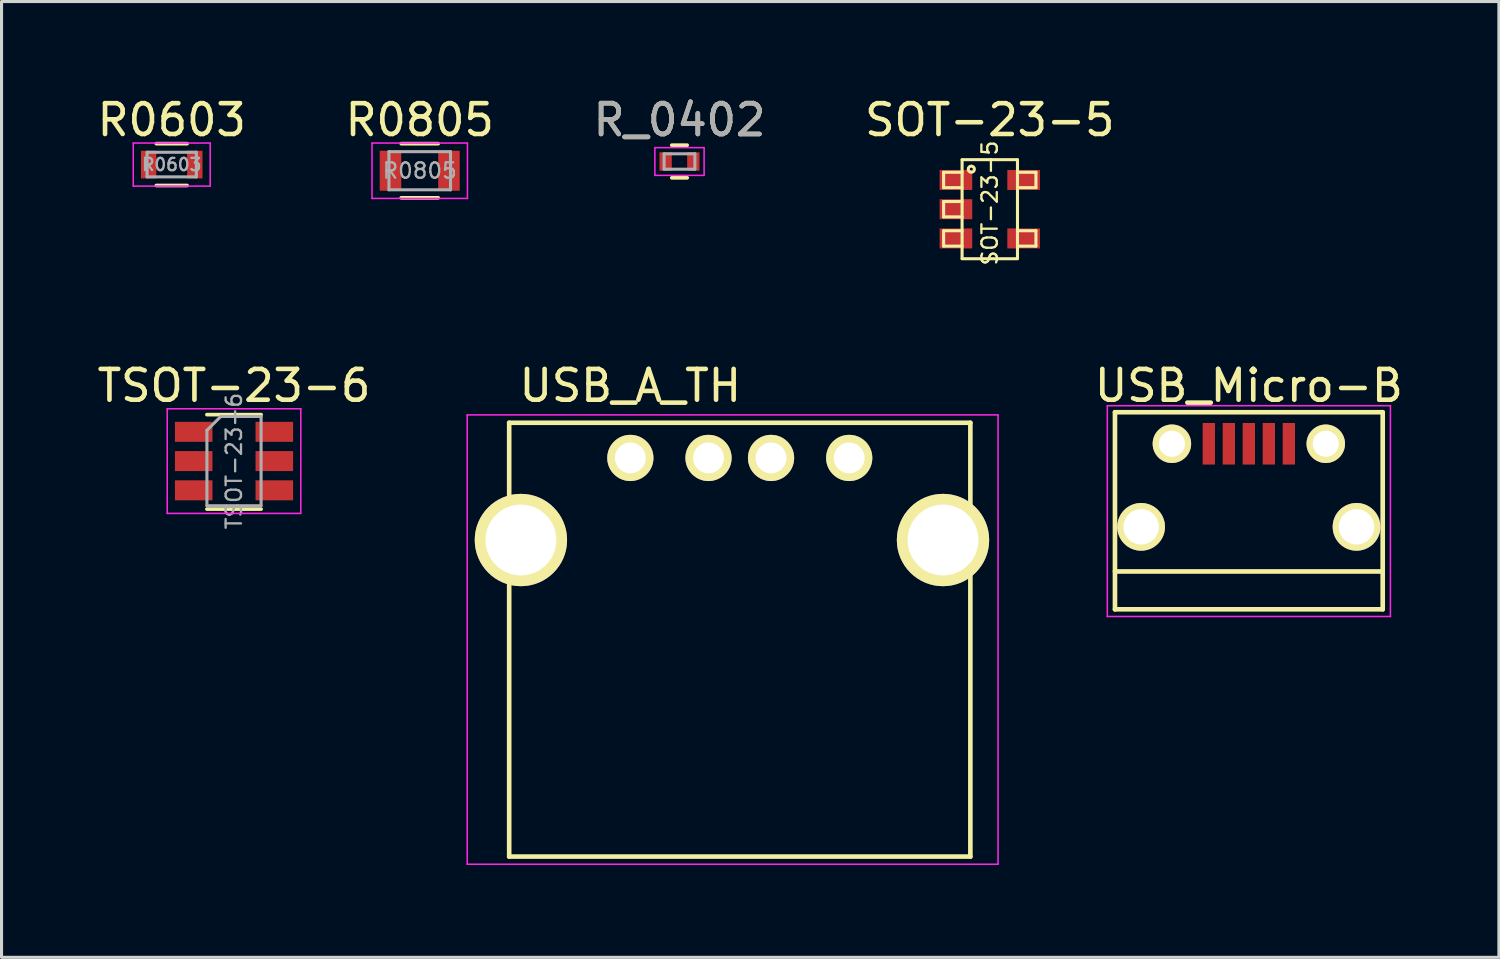
<source format=kicad_pcb>
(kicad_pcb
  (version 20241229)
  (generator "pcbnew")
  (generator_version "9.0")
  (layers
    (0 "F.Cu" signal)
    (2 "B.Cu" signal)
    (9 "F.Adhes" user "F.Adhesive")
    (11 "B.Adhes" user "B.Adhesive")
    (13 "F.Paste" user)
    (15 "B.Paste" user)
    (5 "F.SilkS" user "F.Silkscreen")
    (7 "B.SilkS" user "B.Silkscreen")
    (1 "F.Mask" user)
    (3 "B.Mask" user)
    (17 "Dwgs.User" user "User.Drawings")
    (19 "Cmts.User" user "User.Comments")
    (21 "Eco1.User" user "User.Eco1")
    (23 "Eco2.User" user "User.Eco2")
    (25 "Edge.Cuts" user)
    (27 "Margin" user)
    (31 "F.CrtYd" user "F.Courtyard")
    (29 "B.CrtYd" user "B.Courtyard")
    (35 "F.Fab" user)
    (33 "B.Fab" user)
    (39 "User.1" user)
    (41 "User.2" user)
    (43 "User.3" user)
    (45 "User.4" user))
  (footprint "TSOT-23-6"
    (layer "F.Cu")
    (at 4.554 11.933)
    (property "Reference" "TSOT-23-6" (at 0 -2.45 0) (layer "F.SilkS") (effects (font (size 1 1) (thickness 0.15))))
    (attr smd)
    (fp_line (start -0.88 1.56) (end 0.88 1.56) (stroke (width 0.12) (type solid)) (layer "F.SilkS"))
    (fp_line (start 0.88 -1.51) (end -0.88 -1.51) (stroke (width 0.12) (type solid)) (layer "F.SilkS"))
    (fp_line (start -2.17 -1.7) (end -2.17 1.7) (stroke (width 0.05) (type solid)) (layer "F.CrtYd"))
    (fp_line (start -2.17 -1.7) (end 2.17 -1.7) (stroke (width 0.05) (type solid)) (layer "F.CrtYd"))
    (fp_line (start 2.17 1.7) (end -2.17 1.7) (stroke (width 0.05) (type solid)) (layer "F.CrtYd"))
    (fp_line (start 2.17 1.7) (end 2.17 -1.7) (stroke (width 0.05) (type solid)) (layer "F.CrtYd"))
    (fp_line (start -0.88 -1) (end -0.88 1.45) (stroke (width 0.1) (type solid)) (layer "F.Fab"))
    (fp_line (start -0.88 -1) (end -0.43 -1.45) (stroke (width 0.1) (type solid)) (layer "F.Fab"))
    (fp_line (start 0.88 -1.45) (end -0.43 -1.45) (stroke (width 0.1) (type solid)) (layer "F.Fab"))
    (fp_line (start 0.88 -1.45) (end 0.88 1.45) (stroke (width 0.1) (type solid)) (layer "F.Fab"))
    (fp_line (start 0.88 1.45) (end -0.88 1.45) (stroke (width 0.1) (type solid)) (layer "F.Fab"))
    (fp_text user "${REFERENCE}" (at 0 0 90) (layer "F.Fab") (effects (font (size 0.5 0.5) (thickness 0.075))))
    (pad "1" smd rect (at -1.31 -0.95) (size 1.22 0.65) (layers "F.Cu" "F.Mask" "F.Paste"))
    (pad "2" smd rect (at -1.31 0) (size 1.22 0.65) (layers "F.Cu" "F.Mask" "F.Paste"))
    (pad "3" smd rect (at -1.31 0.95) (size 1.22 0.65) (layers "F.Cu" "F.Mask" "F.Paste"))
    (pad "4" smd rect (at 1.31 0.95) (size 1.22 0.65) (layers "F.Cu" "F.Mask" "F.Paste"))
    (pad "5" smd rect (at 1.31 0) (size 1.22 0.65) (layers "F.Cu" "F.Mask" "F.Paste"))
    (pad "6" smd rect (at 1.31 -0.95) (size 1.22 0.65) (layers "F.Cu" "F.Mask" "F.Paste")))
  (footprint "R_0402"
    (layer "F.Cu")
    (at 19.03 2.198)
    (property "Reference" "R_0402" (at 0 -1.35 0) (layer "F.SilkS") (effects (font (size 1 1) (thickness 0.15))))
    (attr smd)
    (fp_line (start -0.25 0.53) (end 0.25 0.53) (stroke (width 0.12) (type solid)) (layer "F.SilkS"))
    (fp_line (start 0.25 -0.53) (end -0.25 -0.53) (stroke (width 0.12) (type solid)) (layer "F.SilkS"))
    (fp_line (start -0.8 -0.45) (end -0.8 0.45) (stroke (width 0.05) (type solid)) (layer "F.CrtYd"))
    (fp_line (start -0.8 -0.45) (end 0.8 -0.45) (stroke (width 0.05) (type solid)) (layer "F.CrtYd"))
    (fp_line (start 0.8 0.45) (end -0.8 0.45) (stroke (width 0.05) (type solid)) (layer "F.CrtYd"))
    (fp_line (start 0.8 0.45) (end 0.8 -0.45) (stroke (width 0.05) (type solid)) (layer "F.CrtYd"))
    (fp_line (start -0.5 -0.25) (end 0.5 -0.25) (stroke (width 0.1) (type solid)) (layer "F.Fab"))
    (fp_line (start -0.5 0.25) (end -0.5 -0.25) (stroke (width 0.1) (type solid)) (layer "F.Fab"))
    (fp_line (start 0.5 -0.25) (end 0.5 0.25) (stroke (width 0.1) (type solid)) (layer "F.Fab"))
    (fp_line (start 0.5 0.25) (end -0.5 0.25) (stroke (width 0.1) (type solid)) (layer "F.Fab"))
    (fp_text user "${REFERENCE}" (at 0 -1.35 0) (layer "F.Fab") (effects (font (size 1 1) (thickness 0.15))))
    (pad "1" smd rect (at -0.45 0) (size 0.4 0.6) (layers "F.Cu" "F.Mask" "F.Paste"))
    (pad "2" smd rect (at 0.45 0) (size 0.4 0.6) (layers "F.Cu" "F.Mask" "F.Paste")))
  (footprint "SOT-23-5"
    (layer "F.Cu")
    (at 29.113 3.748)
    (property "Reference" "SOT-23-5" (at 0 -2.9 0) (layer "F.SilkS") (effects (font (size 1 1) (thickness 0.15))))
    (attr smd)
    (fp_line (start -1.5 -1.2) (end -1.5 -0.7) (stroke (width 0.1) (type solid)) (layer "F.SilkS"))
    (fp_line (start -1.5 -1.2) (end -0.9 -1.2) (stroke (width 0.1) (type solid)) (layer "F.SilkS"))
    (fp_line (start -1.5 -0.7) (end -0.9 -0.7) (stroke (width 0.1) (type solid)) (layer "F.SilkS"))
    (fp_line (start -1.5 -0.25) (end -1.5 0.25) (stroke (width 0.1) (type solid)) (layer "F.SilkS"))
    (fp_line (start -1.5 -0.25) (end -0.9 -0.25) (stroke (width 0.1) (type solid)) (layer "F.SilkS"))
    (fp_line (start -1.5 0.25) (end -0.9 0.25) (stroke (width 0.1) (type solid)) (layer "F.SilkS"))
    (fp_line (start -1.5 0.7) (end -1.5 1.2) (stroke (width 0.1) (type solid)) (layer "F.SilkS"))
    (fp_line (start -1.5 0.7) (end -0.9 0.7) (stroke (width 0.1) (type solid)) (layer "F.SilkS"))
    (fp_line (start -1.5 1.2) (end -0.9 1.2) (stroke (width 0.1) (type solid)) (layer "F.SilkS"))
    (fp_line (start -0.9 -1.6) (end -0.9 1.6) (stroke (width 0.1) (type solid)) (layer "F.SilkS"))
    (fp_line (start -0.9 1.61) (end 0.9 1.61) (stroke (width 0.1) (type solid)) (layer "F.SilkS"))
    (fp_line (start 0.9 -1.61) (end -0.9 -1.61) (stroke (width 0.1) (type solid)) (layer "F.SilkS"))
    (fp_line (start 0.9 -1.6) (end 0.9 1.6) (stroke (width 0.1) (type solid)) (layer "F.SilkS"))
    (fp_line (start 1.5 -1.2) (end 0.9 -1.2) (stroke (width 0.1) (type solid)) (layer "F.SilkS"))
    (fp_line (start 1.5 -1.2) (end 1.5 -0.7) (stroke (width 0.1) (type solid)) (layer "F.SilkS"))
    (fp_line (start 1.5 -0.7) (end 0.9 -0.7) (stroke (width 0.1) (type solid)) (layer "F.SilkS"))
    (fp_line (start 1.5 0.7) (end 0.9 0.7) (stroke (width 0.1) (type solid)) (layer "F.SilkS"))
    (fp_line (start 1.5 0.7) (end 1.5 1.2) (stroke (width 0.1) (type solid)) (layer "F.SilkS"))
    (fp_line (start 1.5 1.2) (end 0.9 1.2) (stroke (width 0.1) (type solid)) (layer "F.SilkS"))
    (fp_circle (center -0.6 -1.3) (end -0.6 -1.2) (stroke (width 0.1) (type solid)) (fill no) (layer "F.SilkS"))
    (fp_text user "${REFERENCE}" (at 0 -0.2 90) (layer "F.SilkS") (effects (font (size 0.5 0.5) (thickness 0.075))))
    (pad "1" smd rect (at -1.1 -0.95) (size 1.06 0.65) (layers "F.Cu" "F.Mask" "F.Paste"))
    (pad "2" smd rect (at -1.1 0) (size 1.06 0.65) (layers "F.Cu" "F.Mask" "F.Paste"))
    (pad "3" smd rect (at -1.1 0.95) (size 1.06 0.65) (layers "F.Cu" "F.Mask" "F.Paste"))
    (pad "4" smd rect (at 1.1 0.95) (size 1.06 0.65) (layers "F.Cu" "F.Mask" "F.Paste"))
    (pad "5" smd rect (at 1.1 -0.95) (size 1.06 0.65) (layers "F.Cu" "F.Mask" "F.Paste")))
  (footprint "USB_Micro-B"
    (layer "F.Cu")
    (at 37.532 12.933)
    (property "Reference" "USB_Micro-B" (at 0 -3.45 0) (layer "F.SilkS") (effects (font (size 1 1) (thickness 0.15))))
    (attr smd)
    (fp_line (start -4.351 -2.588) (end 4.349 -2.588) (stroke (width 0.15) (type solid)) (layer "F.SilkS"))
    (fp_line (start -4.351 3.817) (end -4.351 -2.588) (stroke (width 0.15) (type solid)) (layer "F.SilkS"))
    (fp_line (start -4.351 3.817) (end 4.349 3.817) (stroke (width 0.15) (type solid)) (layer "F.SilkS"))
    (fp_line (start 4.349 -2.588) (end 4.349 3.817) (stroke (width 0.15) (type solid)) (layer "F.SilkS"))
    (fp_line (start 4.349 2.587) (end -4.351 2.587) (stroke (width 0.15) (type solid)) (layer "F.SilkS"))
    (fp_line (start -4.6 -2.8) (end 4.6 -2.8) (stroke (width 0.05) (type solid)) (layer "F.CrtYd"))
    (fp_line (start -4.6 4.05) (end -4.6 -2.8) (stroke (width 0.05) (type solid)) (layer "F.CrtYd"))
    (fp_line (start 4.6 -2.8) (end 4.6 4.05) (stroke (width 0.05) (type solid)) (layer "F.CrtYd"))
    (fp_line (start 4.6 4.05) (end -4.6 4.05) (stroke (width 0.05) (type solid)) (layer "F.CrtYd"))
    (pad "1" smd rect (at -1.301 -1.563 90) (size 1.35 0.4) (layers "F.Cu" "F.Mask" "F.Paste"))
    (pad "2" smd rect (at -0.651 -1.563 90) (size 1.35 0.4) (layers "F.Cu" "F.Mask" "F.Paste"))
    (pad "3" smd rect (at -0.001 -1.563 90) (size 1.35 0.4) (layers "F.Cu" "F.Mask" "F.Paste"))
    (pad "4" smd rect (at 0.649 -1.563 90) (size 1.35 0.4) (layers "F.Cu" "F.Mask" "F.Paste"))
    (pad "5" smd rect (at 1.299 -1.563 90) (size 1.35 0.4) (layers "F.Cu" "F.Mask" "F.Paste"))
    (pad "6" thru_hole circle (at -3.501 1.137 90) (size 1.55 1.55) (drill 1.15) (layers "*.Cu" "*.Mask" "F.SilkS"))
    (pad "6" thru_hole circle (at -2.501 -1.563 90) (size 1.25 1.25) (drill 0.85) (layers "*.Cu" "*.Mask" "F.SilkS"))
    (pad "6" thru_hole circle (at 2.499 -1.563 90) (size 1.25 1.25) (drill 0.85) (layers "*.Cu" "*.Mask" "F.SilkS"))
    (pad "6" thru_hole circle (at 3.499 1.137 90) (size 1.55 1.55) (drill 1.15) (layers "*.Cu" "*.Mask" "F.SilkS")))
  (footprint "USB_A_TH"
    (layer "F.Cu")
    (at 17.432 11.833)
    (property "Reference" "USB_A_TH" (at 0 -2.35 0) (layer "F.SilkS") (effects (font (size 1 1) (thickness 0.15))))
    (attr through_hole)
    (fp_line (start -3.936 12.952) (end -3.936 -1.145) (stroke (width 0.15) (type solid)) (layer "F.SilkS"))
    (fp_line (start 11.05 -1.145) (end -3.936 -1.145) (stroke (width 0.15) (type solid)) (layer "F.SilkS"))
    (fp_line (start 11.05 -1.145) (end 11.05 12.952) (stroke (width 0.15) (type solid)) (layer "F.SilkS"))
    (fp_line (start 11.05 12.952) (end -3.936 12.952) (stroke (width 0.15) (type solid)) (layer "F.SilkS"))
    (fp_line (start -5.3 -1.4) (end 11.95 -1.4) (stroke (width 0.05) (type solid)) (layer "F.CrtYd"))
    (fp_line (start -5.3 13.2) (end -5.3 -1.4) (stroke (width 0.05) (type solid)) (layer "F.CrtYd"))
    (fp_line (start -5.3 13.2) (end 11.95 13.2) (stroke (width 0.05) (type solid)) (layer "F.CrtYd"))
    (fp_line (start 11.95 -1.4) (end 11.95 13.2) (stroke (width 0.05) (type solid)) (layer "F.CrtYd"))
    (pad "1" thru_hole circle (at 0.001 -0.002 270) (size 1.501 1.501) (drill 1.001) (layers "*.Cu" "*.Mask" "F.SilkS"))
    (pad "2" thru_hole circle (at 2.541 -0.002 270) (size 1.501 1.501) (drill 1.001) (layers "*.Cu" "*.Mask" "F.SilkS"))
    (pad "3" thru_hole circle (at 4.573 -0.002 270) (size 1.501 1.501) (drill 1.001) (layers "*.Cu" "*.Mask" "F.SilkS"))
    (pad "4" thru_hole circle (at 7.113 -0.002 270) (size 1.501 1.501) (drill 1.001) (layers "*.Cu" "*.Mask" "F.SilkS"))
    (pad "5" thru_hole circle (at -3.555 2.665 270) (size 3 3) (drill 2.301) (layers "*.Cu" "*.Mask" "F.SilkS"))
    (pad "6" thru_hole circle (at 10.161 2.665 270) (size 3 3) (drill 2.301) (layers "*.Cu" "*.Mask" "F.SilkS")))
  (footprint "R0603"
    (layer "F.Cu")
    (at 2.53 2.298)
    (property "Reference" "R0603" (at 0 -1.45 0) (layer "F.SilkS") (effects (font (size 1 1) (thickness 0.15))))
    (attr smd)
    (fp_line (start -0.5 -0.68) (end 0.5 -0.68) (stroke (width 0.12) (type solid)) (layer "F.SilkS"))
    (fp_line (start 0.5 0.68) (end -0.5 0.68) (stroke (width 0.12) (type solid)) (layer "F.SilkS"))
    (fp_line (start -1.25 -0.7) (end -1.25 0.7) (stroke (width 0.05) (type solid)) (layer "F.CrtYd"))
    (fp_line (start -1.25 -0.7) (end 1.25 -0.7) (stroke (width 0.05) (type solid)) (layer "F.CrtYd"))
    (fp_line (start 1.25 0.7) (end -1.25 0.7) (stroke (width 0.05) (type solid)) (layer "F.CrtYd"))
    (fp_line (start 1.25 0.7) (end 1.25 -0.7) (stroke (width 0.05) (type solid)) (layer "F.CrtYd"))
    (fp_line (start -0.8 -0.4) (end 0.8 -0.4) (stroke (width 0.1) (type solid)) (layer "F.Fab"))
    (fp_line (start -0.8 0.4) (end -0.8 -0.4) (stroke (width 0.1) (type solid)) (layer "F.Fab"))
    (fp_line (start 0.8 -0.4) (end 0.8 0.4) (stroke (width 0.1) (type solid)) (layer "F.Fab"))
    (fp_line (start 0.8 0.4) (end -0.8 0.4) (stroke (width 0.1) (type solid)) (layer "F.Fab"))
    (fp_text user "${REFERENCE}" (at 0 0 0) (layer "F.Fab") (effects (font (size 0.4 0.4) (thickness 0.075))))
    (pad "1" smd rect (at -0.75 0) (size 0.5 0.9) (layers "F.Cu" "F.Mask" "F.Paste"))
    (pad "2" smd rect (at 0.75 0) (size 0.5 0.9) (layers "F.Cu" "F.Mask" "F.Paste")))
  (footprint "R0805"
    (layer "F.Cu")
    (at 10.589 2.498)
    (property "Reference" "R0805" (at 0 -1.65 0) (layer "F.SilkS") (effects (font (size 1 1) (thickness 0.15))))
    (attr smd)
    (fp_line (start -0.6 -0.88) (end 0.6 -0.88) (stroke (width 0.12) (type solid)) (layer "F.SilkS"))
    (fp_line (start 0.6 0.88) (end -0.6 0.88) (stroke (width 0.12) (type solid)) (layer "F.SilkS"))
    (fp_line (start -1.55 -0.9) (end -1.55 0.9) (stroke (width 0.05) (type solid)) (layer "F.CrtYd"))
    (fp_line (start -1.55 -0.9) (end 1.55 -0.9) (stroke (width 0.05) (type solid)) (layer "F.CrtYd"))
    (fp_line (start 1.55 0.9) (end -1.55 0.9) (stroke (width 0.05) (type solid)) (layer "F.CrtYd"))
    (fp_line (start 1.55 0.9) (end 1.55 -0.9) (stroke (width 0.05) (type solid)) (layer "F.CrtYd"))
    (fp_line (start -1 -0.62) (end 1 -0.62) (stroke (width 0.1) (type solid)) (layer "F.Fab"))
    (fp_line (start -1 0.62) (end -1 -0.62) (stroke (width 0.1) (type solid)) (layer "F.Fab"))
    (fp_line (start 1 -0.62) (end 1 0.62) (stroke (width 0.1) (type solid)) (layer "F.Fab"))
    (fp_line (start 1 0.62) (end -1 0.62) (stroke (width 0.1) (type solid)) (layer "F.Fab"))
    (fp_text user "${REFERENCE}" (at 0 0 0) (layer "F.Fab") (effects (font (size 0.5 0.5) (thickness 0.075))))
    (pad "1" smd rect (at -0.95 0) (size 0.7 1.3) (layers "F.Cu" "F.Mask" "F.Paste"))
    (pad "2" smd rect (at 0.95 0) (size 0.7 1.3) (layers "F.Cu" "F.Mask" "F.Paste")))
  (gr_rect
    (start -3 -3)
    (end 45.657 28.058)
    (stroke (width 0.1) (type default))
    (fill no)
    (layer "Edge.Cuts")))
</source>
